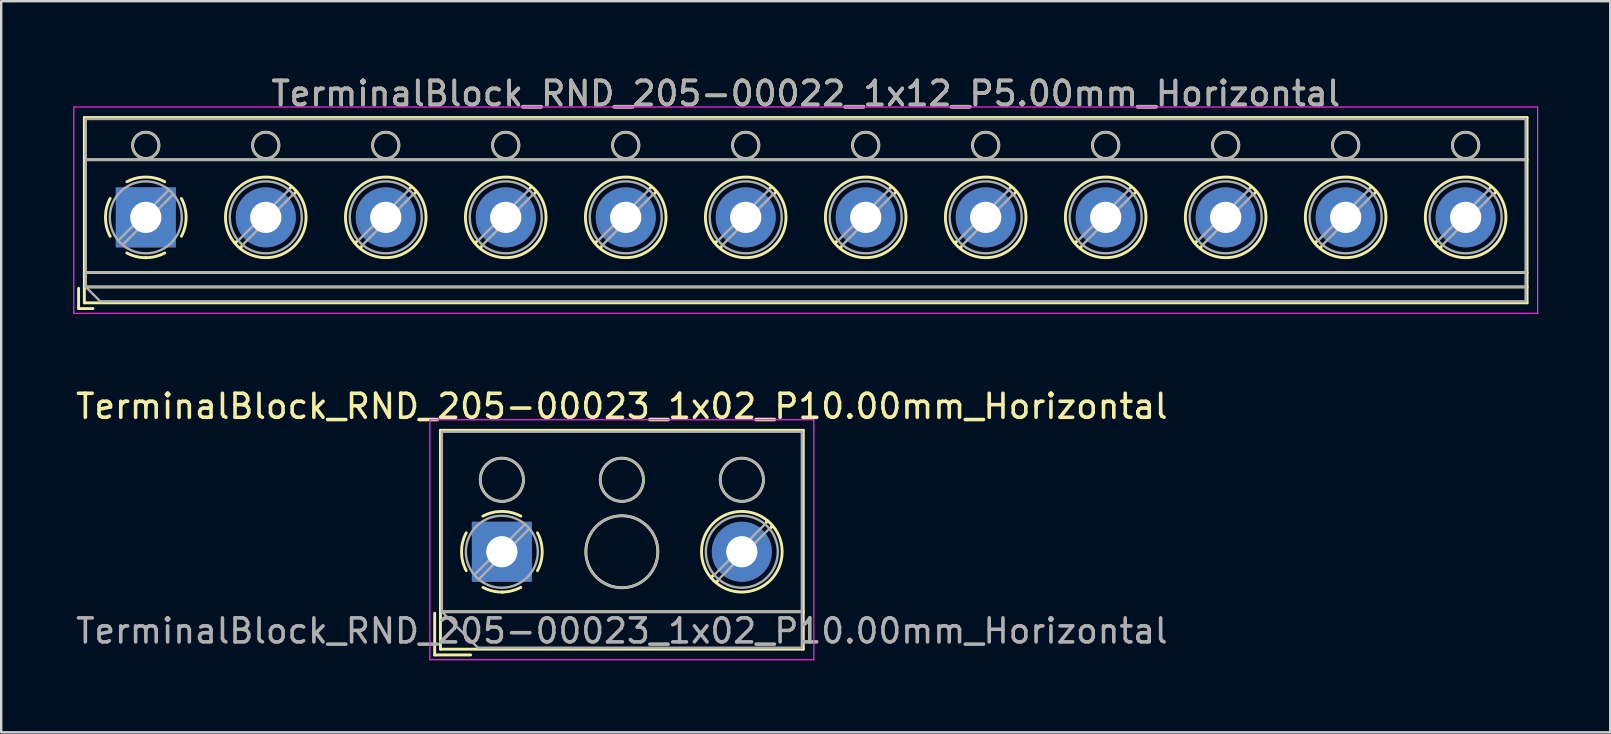
<source format=kicad_pcb>
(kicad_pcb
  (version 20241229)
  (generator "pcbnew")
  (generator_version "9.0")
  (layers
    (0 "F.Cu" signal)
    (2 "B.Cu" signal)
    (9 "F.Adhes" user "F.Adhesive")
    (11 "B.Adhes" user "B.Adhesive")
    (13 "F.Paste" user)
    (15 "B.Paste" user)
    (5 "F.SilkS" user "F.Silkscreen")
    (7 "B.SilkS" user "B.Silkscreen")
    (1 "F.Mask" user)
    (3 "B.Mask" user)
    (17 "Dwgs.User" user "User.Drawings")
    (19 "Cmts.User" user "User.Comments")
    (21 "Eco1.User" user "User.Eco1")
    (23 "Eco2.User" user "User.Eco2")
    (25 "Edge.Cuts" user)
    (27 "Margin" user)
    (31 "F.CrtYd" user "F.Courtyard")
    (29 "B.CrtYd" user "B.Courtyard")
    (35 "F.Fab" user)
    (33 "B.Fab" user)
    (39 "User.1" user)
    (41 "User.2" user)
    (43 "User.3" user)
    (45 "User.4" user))
  (footprint "TerminalBlock_RND_205-00023_1x02_P10.00mm_Horizontal"
    (layer "F.Cu")
    (at 17.863 19.942)
    (property "Reference" "TerminalBlock_RND_205-00023_1x02_P10.00mm_Horizontal" (at 5 -6.06 0) (layer "F.SilkS") (effects (font (size 1 1) (thickness 0.15))))
    (attr through_hole)
    (fp_line (start -2.8 2.56) (end -2.8 4.3) (stroke (width 0.12) (type solid)) (layer "F.SilkS"))
    (fp_line (start -2.8 4.3) (end -1.3 4.3) (stroke (width 0.12) (type solid)) (layer "F.SilkS"))
    (fp_line (start -2.56 -5.06) (end -2.56 4.06) (stroke (width 0.12) (type solid)) (layer "F.SilkS"))
    (fp_line (start -2.56 -5.06) (end 12.56 -5.06) (stroke (width 0.12) (type solid)) (layer "F.SilkS"))
    (fp_line (start -2.56 2.5) (end 12.56 2.5) (stroke (width 0.12) (type solid)) (layer "F.SilkS"))
    (fp_line (start -2.56 4.06) (end 12.56 4.06) (stroke (width 0.12) (type solid)) (layer "F.SilkS"))
    (fp_line (start 8.82 0.976) (end 8.726 1.069) (stroke (width 0.12) (type solid)) (layer "F.SilkS"))
    (fp_line (start 8.99 1.216) (end 8.931 1.274) (stroke (width 0.12) (type solid)) (layer "F.SilkS"))
    (fp_line (start 11.07 -1.275) (end 11.011 -1.216) (stroke (width 0.12) (type solid)) (layer "F.SilkS"))
    (fp_line (start 11.275 -1.069) (end 11.181 -0.976) (stroke (width 0.12) (type solid)) (layer "F.SilkS"))
    (fp_line (start 12.56 -5.06) (end 12.56 4.06) (stroke (width 0.12) (type solid)) (layer "F.SilkS"))
    (fp_arc (start -1.483953 0.789089) (mid -1.680708 0.00005) (end -1.484 -0.789) (stroke (width 0.12) (type solid)) (layer "F.SilkS"))
    (fp_arc (start -0.789089 -1.483953) (mid -0.00005 -1.680708) (end 0.789 -1.484) (stroke (width 0.12) (type solid)) (layer "F.SilkS"))
    (fp_arc (start 0.029383 1.68045) (mid -0.392304 1.634281) (end -0.789 1.484) (stroke (width 0.12) (type solid)) (layer "F.SilkS"))
    (fp_arc (start 0.788712 1.483352) (mid 0.406429 1.630097) (end 0 1.68) (stroke (width 0.12) (type solid)) (layer "F.SilkS"))
    (fp_arc (start 1.483953 -0.789089) (mid 1.680708 -0.00005) (end 1.484 0.789) (stroke (width 0.12) (type solid)) (layer "F.SilkS"))
    (fp_circle (center 0 -3) (end 0.9 -3) (stroke (width 0.12) (type solid)) (fill no) (layer "F.SilkS"))
    (fp_circle (center 5 -3) (end 5.9 -3) (stroke (width 0.12) (type solid)) (fill no) (layer "F.SilkS"))
    (fp_circle (center 5 0) (end 6.5 0) (stroke (width 0.12) (type solid)) (fill no) (layer "F.SilkS"))
    (fp_circle (center 10 -3) (end 10.9 -3) (stroke (width 0.12) (type solid)) (fill no) (layer "F.SilkS"))
    (fp_circle (center 10 0) (end 11.68 0) (stroke (width 0.12) (type solid)) (fill no) (layer "F.SilkS"))
    (fp_line (start -3 -5.5) (end -3 4.5) (stroke (width 0.05) (type solid)) (layer "F.CrtYd"))
    (fp_line (start -3 4.5) (end 13 4.5) (stroke (width 0.05) (type solid)) (layer "F.CrtYd"))
    (fp_line (start 13 -5.5) (end -3 -5.5) (stroke (width 0.05) (type solid)) (layer "F.CrtYd"))
    (fp_line (start 13 4.5) (end 13 -5.5) (stroke (width 0.05) (type solid)) (layer "F.CrtYd"))
    (fp_line (start -2.5 -5) (end 12.5 -5) (stroke (width 0.1) (type solid)) (layer "F.Fab"))
    (fp_line (start -2.5 2.5) (end -2.5 -5) (stroke (width 0.1) (type solid)) (layer "F.Fab"))
    (fp_line (start -2.5 2.5) (end 12.5 2.5) (stroke (width 0.1) (type solid)) (layer "F.Fab"))
    (fp_line (start -1 4) (end -2.5 2.5) (stroke (width 0.1) (type solid)) (layer "F.Fab"))
    (fp_line (start 0.955 -1.138) (end -1.138 0.955) (stroke (width 0.1) (type solid)) (layer "F.Fab"))
    (fp_line (start 1.138 -0.955) (end -0.955 1.138) (stroke (width 0.1) (type solid)) (layer "F.Fab"))
    (fp_line (start 10.955 -1.138) (end 8.863 0.955) (stroke (width 0.1) (type solid)) (layer "F.Fab"))
    (fp_line (start 11.138 -0.955) (end 9.046 1.138) (stroke (width 0.1) (type solid)) (layer "F.Fab"))
    (fp_line (start 12.5 -5) (end 12.5 4) (stroke (width 0.1) (type solid)) (layer "F.Fab"))
    (fp_line (start 12.5 4) (end -1 4) (stroke (width 0.1) (type solid)) (layer "F.Fab"))
    (fp_circle (center 0 -3) (end 0.9 -3) (stroke (width 0.1) (type solid)) (fill no) (layer "F.Fab"))
    (fp_circle (center 0 0) (end 1.5 0) (stroke (width 0.1) (type solid)) (fill no) (layer "F.Fab"))
    (fp_circle (center 5 -3) (end 5.9 -3) (stroke (width 0.1) (type solid)) (fill no) (layer "F.Fab"))
    (fp_circle (center 5 0) (end 6.5 0) (stroke (width 0.1) (type solid)) (fill no) (layer "F.Fab"))
    (fp_circle (center 10 -3) (end 10.9 -3) (stroke (width 0.1) (type solid)) (fill no) (layer "F.Fab"))
    (fp_circle (center 10 0) (end 11.5 0) (stroke (width 0.1) (type solid)) (fill no) (layer "F.Fab"))
    (fp_text user "${REFERENCE}" (at 5 3.3 0) (layer "F.Fab") (effects (font (size 1 1) (thickness 0.15))))
    (pad "1" thru_hole rect (at 0 0) (size 2.5 2.5) (drill 1.3) (layers "*.Cu" "*.Mask"))
    (pad "2" thru_hole circle (at 10 0) (size 2.5 2.5) (drill 1.3) (layers "*.Cu" "*.Mask")))
  (footprint "TerminalBlock_RND_205-00022_1x12_P5.00mm_Horizontal"
    (layer "F.Cu")
    (at 3.025 6.008)
    (property "Reference" "TerminalBlock_RND_205-00022_1x12_P5.00mm_Horizontal" (at 27.5 -5.16 0) (layer "F.SilkS") (effects (font (size 1 1) (thickness 0.15))))
    (attr through_hole)
    (fp_line (start -2.8 2.96) (end -2.8 3.8) (stroke (width 0.12) (type solid)) (layer "F.SilkS"))
    (fp_line (start -2.8 3.8) (end -2.2 3.8) (stroke (width 0.12) (type solid)) (layer "F.SilkS"))
    (fp_line (start -2.56 -4.16) (end -2.56 3.561) (stroke (width 0.12) (type solid)) (layer "F.SilkS"))
    (fp_line (start -2.56 -4.16) (end 57.56 -4.16) (stroke (width 0.12) (type solid)) (layer "F.SilkS"))
    (fp_line (start -2.56 -2.4) (end 57.56 -2.4) (stroke (width 0.12) (type solid)) (layer "F.SilkS"))
    (fp_line (start -2.56 2.3) (end 57.56 2.3) (stroke (width 0.12) (type solid)) (layer "F.SilkS"))
    (fp_line (start -2.56 2.9) (end 57.56 2.9) (stroke (width 0.12) (type solid)) (layer "F.SilkS"))
    (fp_line (start -2.56 3.561) (end 57.56 3.561) (stroke (width 0.12) (type solid)) (layer "F.SilkS"))
    (fp_line (start 3.82 0.976) (end 3.726 1.069) (stroke (width 0.12) (type solid)) (layer "F.SilkS"))
    (fp_line (start 3.99 1.216) (end 3.931 1.274) (stroke (width 0.12) (type solid)) (layer "F.SilkS"))
    (fp_line (start 6.07 -1.275) (end 6.011 -1.216) (stroke (width 0.12) (type solid)) (layer "F.SilkS"))
    (fp_line (start 6.275 -1.069) (end 6.181 -0.976) (stroke (width 0.12) (type solid)) (layer "F.SilkS"))
    (fp_line (start 8.82 0.976) (end 8.726 1.069) (stroke (width 0.12) (type solid)) (layer "F.SilkS"))
    (fp_line (start 8.99 1.216) (end 8.931 1.274) (stroke (width 0.12) (type solid)) (layer "F.SilkS"))
    (fp_line (start 11.07 -1.275) (end 11.011 -1.216) (stroke (width 0.12) (type solid)) (layer "F.SilkS"))
    (fp_line (start 11.275 -1.069) (end 11.181 -0.976) (stroke (width 0.12) (type solid)) (layer "F.SilkS"))
    (fp_line (start 13.82 0.976) (end 13.726 1.069) (stroke (width 0.12) (type solid)) (layer "F.SilkS"))
    (fp_line (start 13.99 1.216) (end 13.931 1.274) (stroke (width 0.12) (type solid)) (layer "F.SilkS"))
    (fp_line (start 16.07 -1.275) (end 16.011 -1.216) (stroke (width 0.12) (type solid)) (layer "F.SilkS"))
    (fp_line (start 16.275 -1.069) (end 16.181 -0.976) (stroke (width 0.12) (type solid)) (layer "F.SilkS"))
    (fp_line (start 18.82 0.976) (end 18.726 1.069) (stroke (width 0.12) (type solid)) (layer "F.SilkS"))
    (fp_line (start 18.99 1.216) (end 18.931 1.274) (stroke (width 0.12) (type solid)) (layer "F.SilkS"))
    (fp_line (start 21.07 -1.275) (end 21.011 -1.216) (stroke (width 0.12) (type solid)) (layer "F.SilkS"))
    (fp_line (start 21.275 -1.069) (end 21.181 -0.976) (stroke (width 0.12) (type solid)) (layer "F.SilkS"))
    (fp_line (start 23.82 0.976) (end 23.726 1.069) (stroke (width 0.12) (type solid)) (layer "F.SilkS"))
    (fp_line (start 23.99 1.216) (end 23.931 1.274) (stroke (width 0.12) (type solid)) (layer "F.SilkS"))
    (fp_line (start 26.07 -1.275) (end 26.011 -1.216) (stroke (width 0.12) (type solid)) (layer "F.SilkS"))
    (fp_line (start 26.275 -1.069) (end 26.181 -0.976) (stroke (width 0.12) (type solid)) (layer "F.SilkS"))
    (fp_line (start 28.82 0.976) (end 28.726 1.069) (stroke (width 0.12) (type solid)) (layer "F.SilkS"))
    (fp_line (start 28.99 1.216) (end 28.931 1.274) (stroke (width 0.12) (type solid)) (layer "F.SilkS"))
    (fp_line (start 31.07 -1.275) (end 31.011 -1.216) (stroke (width 0.12) (type solid)) (layer "F.SilkS"))
    (fp_line (start 31.275 -1.069) (end 31.181 -0.976) (stroke (width 0.12) (type solid)) (layer "F.SilkS"))
    (fp_line (start 33.82 0.976) (end 33.726 1.069) (stroke (width 0.12) (type solid)) (layer "F.SilkS"))
    (fp_line (start 33.99 1.216) (end 33.931 1.274) (stroke (width 0.12) (type solid)) (layer "F.SilkS"))
    (fp_line (start 36.07 -1.275) (end 36.011 -1.216) (stroke (width 0.12) (type solid)) (layer "F.SilkS"))
    (fp_line (start 36.275 -1.069) (end 36.181 -0.976) (stroke (width 0.12) (type solid)) (layer "F.SilkS"))
    (fp_line (start 38.82 0.976) (end 38.726 1.069) (stroke (width 0.12) (type solid)) (layer "F.SilkS"))
    (fp_line (start 38.99 1.216) (end 38.931 1.274) (stroke (width 0.12) (type solid)) (layer "F.SilkS"))
    (fp_line (start 41.07 -1.275) (end 41.011 -1.216) (stroke (width 0.12) (type solid)) (layer "F.SilkS"))
    (fp_line (start 41.275 -1.069) (end 41.181 -0.976) (stroke (width 0.12) (type solid)) (layer "F.SilkS"))
    (fp_line (start 43.82 0.976) (end 43.726 1.069) (stroke (width 0.12) (type solid)) (layer "F.SilkS"))
    (fp_line (start 43.99 1.216) (end 43.931 1.274) (stroke (width 0.12) (type solid)) (layer "F.SilkS"))
    (fp_line (start 46.07 -1.275) (end 46.011 -1.216) (stroke (width 0.12) (type solid)) (layer "F.SilkS"))
    (fp_line (start 46.275 -1.069) (end 46.181 -0.976) (stroke (width 0.12) (type solid)) (layer "F.SilkS"))
    (fp_line (start 48.82 0.976) (end 48.726 1.069) (stroke (width 0.12) (type solid)) (layer "F.SilkS"))
    (fp_line (start 48.99 1.216) (end 48.931 1.274) (stroke (width 0.12) (type solid)) (layer "F.SilkS"))
    (fp_line (start 51.07 -1.275) (end 51.011 -1.216) (stroke (width 0.12) (type solid)) (layer "F.SilkS"))
    (fp_line (start 51.275 -1.069) (end 51.181 -0.976) (stroke (width 0.12) (type solid)) (layer "F.SilkS"))
    (fp_line (start 53.82 0.976) (end 53.726 1.069) (stroke (width 0.12) (type solid)) (layer "F.SilkS"))
    (fp_line (start 53.99 1.216) (end 53.931 1.274) (stroke (width 0.12) (type solid)) (layer "F.SilkS"))
    (fp_line (start 56.07 -1.275) (end 56.011 -1.216) (stroke (width 0.12) (type solid)) (layer "F.SilkS"))
    (fp_line (start 56.275 -1.069) (end 56.181 -0.976) (stroke (width 0.12) (type solid)) (layer "F.SilkS"))
    (fp_line (start 57.56 -4.16) (end 57.56 3.561) (stroke (width 0.12) (type solid)) (layer "F.SilkS"))
    (fp_arc (start -1.483953 0.789089) (mid -1.680708 0.00005) (end -1.484 -0.789) (stroke (width 0.12) (type solid)) (layer "F.SilkS"))
    (fp_arc (start -0.789089 -1.483953) (mid -0.00005 -1.680708) (end 0.789 -1.484) (stroke (width 0.12) (type solid)) (layer "F.SilkS"))
    (fp_arc (start 0.029383 1.68045) (mid -0.392304 1.634281) (end -0.789 1.484) (stroke (width 0.12) (type solid)) (layer "F.SilkS"))
    (fp_arc (start 0.788712 1.483352) (mid 0.406429 1.630097) (end 0 1.68) (stroke (width 0.12) (type solid)) (layer "F.SilkS"))
    (fp_arc (start 1.483953 -0.789089) (mid 1.680708 -0.00005) (end 1.484 0.789) (stroke (width 0.12) (type solid)) (layer "F.SilkS"))
    (fp_circle (center 0 -3) (end 0.55 -3) (stroke (width 0.12) (type solid)) (fill no) (layer "F.SilkS"))
    (fp_circle (center 5 -3) (end 5.55 -3) (stroke (width 0.12) (type solid)) (fill no) (layer "F.SilkS"))
    (fp_circle (center 5 0) (end 6.68 0) (stroke (width 0.12) (type solid)) (fill no) (layer "F.SilkS"))
    (fp_circle (center 10 -3) (end 10.55 -3) (stroke (width 0.12) (type solid)) (fill no) (layer "F.SilkS"))
    (fp_circle (center 10 0) (end 11.68 0) (stroke (width 0.12) (type solid)) (fill no) (layer "F.SilkS"))
    (fp_circle (center 15 -3) (end 15.55 -3) (stroke (width 0.12) (type solid)) (fill no) (layer "F.SilkS"))
    (fp_circle (center 15 0) (end 16.68 0) (stroke (width 0.12) (type solid)) (fill no) (layer "F.SilkS"))
    (fp_circle (center 20 -3) (end 20.55 -3) (stroke (width 0.12) (type solid)) (fill no) (layer "F.SilkS"))
    (fp_circle (center 20 0) (end 21.68 0) (stroke (width 0.12) (type solid)) (fill no) (layer "F.SilkS"))
    (fp_circle (center 25 -3) (end 25.55 -3) (stroke (width 0.12) (type solid)) (fill no) (layer "F.SilkS"))
    (fp_circle (center 25 0) (end 26.68 0) (stroke (width 0.12) (type solid)) (fill no) (layer "F.SilkS"))
    (fp_circle (center 30 -3) (end 30.55 -3) (stroke (width 0.12) (type solid)) (fill no) (layer "F.SilkS"))
    (fp_circle (center 30 0) (end 31.68 0) (stroke (width 0.12) (type solid)) (fill no) (layer "F.SilkS"))
    (fp_circle (center 35 -3) (end 35.55 -3) (stroke (width 0.12) (type solid)) (fill no) (layer "F.SilkS"))
    (fp_circle (center 35 0) (end 36.68 0) (stroke (width 0.12) (type solid)) (fill no) (layer "F.SilkS"))
    (fp_circle (center 40 -3) (end 40.55 -3) (stroke (width 0.12) (type solid)) (fill no) (layer "F.SilkS"))
    (fp_circle (center 40 0) (end 41.68 0) (stroke (width 0.12) (type solid)) (fill no) (layer "F.SilkS"))
    (fp_circle (center 45 -3) (end 45.55 -3) (stroke (width 0.12) (type solid)) (fill no) (layer "F.SilkS"))
    (fp_circle (center 45 0) (end 46.68 0) (stroke (width 0.12) (type solid)) (fill no) (layer "F.SilkS"))
    (fp_circle (center 50 -3) (end 50.55 -3) (stroke (width 0.12) (type solid)) (fill no) (layer "F.SilkS"))
    (fp_circle (center 50 0) (end 51.68 0) (stroke (width 0.12) (type solid)) (fill no) (layer "F.SilkS"))
    (fp_circle (center 55 -3) (end 55.55 -3) (stroke (width 0.12) (type solid)) (fill no) (layer "F.SilkS"))
    (fp_circle (center 55 0) (end 56.68 0) (stroke (width 0.12) (type solid)) (fill no) (layer "F.SilkS"))
    (fp_line (start -3 -4.6) (end -3 4) (stroke (width 0.05) (type solid)) (layer "F.CrtYd"))
    (fp_line (start -3 4) (end 58 4) (stroke (width 0.05) (type solid)) (layer "F.CrtYd"))
    (fp_line (start 58 -4.6) (end -3 -4.6) (stroke (width 0.05) (type solid)) (layer "F.CrtYd"))
    (fp_line (start 58 4) (end 58 -4.6) (stroke (width 0.05) (type solid)) (layer "F.CrtYd"))
    (fp_line (start -2.5 -4.1) (end 57.5 -4.1) (stroke (width 0.1) (type solid)) (layer "F.Fab"))
    (fp_line (start -2.5 -2.4) (end 57.5 -2.4) (stroke (width 0.1) (type solid)) (layer "F.Fab"))
    (fp_line (start -2.5 2.3) (end 57.5 2.3) (stroke (width 0.1) (type solid)) (layer "F.Fab"))
    (fp_line (start -2.5 2.9) (end -2.5 -4.1) (stroke (width 0.1) (type solid)) (layer "F.Fab"))
    (fp_line (start -2.5 2.9) (end 57.5 2.9) (stroke (width 0.1) (type solid)) (layer "F.Fab"))
    (fp_line (start -1.9 3.5) (end -2.5 2.9) (stroke (width 0.1) (type solid)) (layer "F.Fab"))
    (fp_line (start 0.955 -1.138) (end -1.138 0.955) (stroke (width 0.1) (type solid)) (layer "F.Fab"))
    (fp_line (start 1.138 -0.955) (end -0.955 1.138) (stroke (width 0.1) (type solid)) (layer "F.Fab"))
    (fp_line (start 5.955 -1.138) (end 3.863 0.955) (stroke (width 0.1) (type solid)) (layer "F.Fab"))
    (fp_line (start 6.138 -0.955) (end 4.046 1.138) (stroke (width 0.1) (type solid)) (layer "F.Fab"))
    (fp_line (start 10.955 -1.138) (end 8.863 0.955) (stroke (width 0.1) (type solid)) (layer "F.Fab"))
    (fp_line (start 11.138 -0.955) (end 9.046 1.138) (stroke (width 0.1) (type solid)) (layer "F.Fab"))
    (fp_line (start 15.955 -1.138) (end 13.863 0.955) (stroke (width 0.1) (type solid)) (layer "F.Fab"))
    (fp_line (start 16.138 -0.955) (end 14.046 1.138) (stroke (width 0.1) (type solid)) (layer "F.Fab"))
    (fp_line (start 20.955 -1.138) (end 18.863 0.955) (stroke (width 0.1) (type solid)) (layer "F.Fab"))
    (fp_line (start 21.138 -0.955) (end 19.046 1.138) (stroke (width 0.1) (type solid)) (layer "F.Fab"))
    (fp_line (start 25.955 -1.138) (end 23.863 0.955) (stroke (width 0.1) (type solid)) (layer "F.Fab"))
    (fp_line (start 26.138 -0.955) (end 24.046 1.138) (stroke (width 0.1) (type solid)) (layer "F.Fab"))
    (fp_line (start 30.955 -1.138) (end 28.863 0.955) (stroke (width 0.1) (type solid)) (layer "F.Fab"))
    (fp_line (start 31.138 -0.955) (end 29.046 1.138) (stroke (width 0.1) (type solid)) (layer "F.Fab"))
    (fp_line (start 35.955 -1.138) (end 33.863 0.955) (stroke (width 0.1) (type solid)) (layer "F.Fab"))
    (fp_line (start 36.138 -0.955) (end 34.046 1.138) (stroke (width 0.1) (type solid)) (layer "F.Fab"))
    (fp_line (start 40.955 -1.138) (end 38.863 0.955) (stroke (width 0.1) (type solid)) (layer "F.Fab"))
    (fp_line (start 41.138 -0.955) (end 39.046 1.138) (stroke (width 0.1) (type solid)) (layer "F.Fab"))
    (fp_line (start 45.955 -1.138) (end 43.863 0.955) (stroke (width 0.1) (type solid)) (layer "F.Fab"))
    (fp_line (start 46.138 -0.955) (end 44.046 1.138) (stroke (width 0.1) (type solid)) (layer "F.Fab"))
    (fp_line (start 50.955 -1.138) (end 48.863 0.955) (stroke (width 0.1) (type solid)) (layer "F.Fab"))
    (fp_line (start 51.138 -0.955) (end 49.046 1.138) (stroke (width 0.1) (type solid)) (layer "F.Fab"))
    (fp_line (start 55.955 -1.138) (end 53.863 0.955) (stroke (width 0.1) (type solid)) (layer "F.Fab"))
    (fp_line (start 56.138 -0.955) (end 54.046 1.138) (stroke (width 0.1) (type solid)) (layer "F.Fab"))
    (fp_line (start 57.5 -4.1) (end 57.5 3.5) (stroke (width 0.1) (type solid)) (layer "F.Fab"))
    (fp_line (start 57.5 3.5) (end -1.9 3.5) (stroke (width 0.1) (type solid)) (layer "F.Fab"))
    (fp_circle (center 0 -3) (end 0.55 -3) (stroke (width 0.1) (type solid)) (fill no) (layer "F.Fab"))
    (fp_circle (center 0 0) (end 1.5 0) (stroke (width 0.1) (type solid)) (fill no) (layer "F.Fab"))
    (fp_circle (center 5 -3) (end 5.55 -3) (stroke (width 0.1) (type solid)) (fill no) (layer "F.Fab"))
    (fp_circle (center 5 0) (end 6.5 0) (stroke (width 0.1) (type solid)) (fill no) (layer "F.Fab"))
    (fp_circle (center 10 -3) (end 10.55 -3) (stroke (width 0.1) (type solid)) (fill no) (layer "F.Fab"))
    (fp_circle (center 10 0) (end 11.5 0) (stroke (width 0.1) (type solid)) (fill no) (layer "F.Fab"))
    (fp_circle (center 15 -3) (end 15.55 -3) (stroke (width 0.1) (type solid)) (fill no) (layer "F.Fab"))
    (fp_circle (center 15 0) (end 16.5 0) (stroke (width 0.1) (type solid)) (fill no) (layer "F.Fab"))
    (fp_circle (center 20 -3) (end 20.55 -3) (stroke (width 0.1) (type solid)) (fill no) (layer "F.Fab"))
    (fp_circle (center 20 0) (end 21.5 0) (stroke (width 0.1) (type solid)) (fill no) (layer "F.Fab"))
    (fp_circle (center 25 -3) (end 25.55 -3) (stroke (width 0.1) (type solid)) (fill no) (layer "F.Fab"))
    (fp_circle (center 25 0) (end 26.5 0) (stroke (width 0.1) (type solid)) (fill no) (layer "F.Fab"))
    (fp_circle (center 30 -3) (end 30.55 -3) (stroke (width 0.1) (type solid)) (fill no) (layer "F.Fab"))
    (fp_circle (center 30 0) (end 31.5 0) (stroke (width 0.1) (type solid)) (fill no) (layer "F.Fab"))
    (fp_circle (center 35 -3) (end 35.55 -3) (stroke (width 0.1) (type solid)) (fill no) (layer "F.Fab"))
    (fp_circle (center 35 0) (end 36.5 0) (stroke (width 0.1) (type solid)) (fill no) (layer "F.Fab"))
    (fp_circle (center 40 -3) (end 40.55 -3) (stroke (width 0.1) (type solid)) (fill no) (layer "F.Fab"))
    (fp_circle (center 40 0) (end 41.5 0) (stroke (width 0.1) (type solid)) (fill no) (layer "F.Fab"))
    (fp_circle (center 45 -3) (end 45.55 -3) (stroke (width 0.1) (type solid)) (fill no) (layer "F.Fab"))
    (fp_circle (center 45 0) (end 46.5 0) (stroke (width 0.1) (type solid)) (fill no) (layer "F.Fab"))
    (fp_circle (center 50 -3) (end 50.55 -3) (stroke (width 0.1) (type solid)) (fill no) (layer "F.Fab"))
    (fp_circle (center 50 0) (end 51.5 0) (stroke (width 0.1) (type solid)) (fill no) (layer "F.Fab"))
    (fp_circle (center 55 -3) (end 55.55 -3) (stroke (width 0.1) (type solid)) (fill no) (layer "F.Fab"))
    (fp_circle (center 55 0) (end 56.5 0) (stroke (width 0.1) (type solid)) (fill no) (layer "F.Fab"))
    (fp_text user "${REFERENCE}" (at 27.5 -5.16 0) (layer "F.Fab") (effects (font (size 1 1) (thickness 0.15))))
    (pad "1" thru_hole rect (at 0 0) (size 2.5 2.5) (drill 1.3) (layers "*.Cu" "*.Mask"))
    (pad "2" thru_hole circle (at 5 0) (size 2.5 2.5) (drill 1.3) (layers "*.Cu" "*.Mask"))
    (pad "3" thru_hole circle (at 10 0) (size 2.5 2.5) (drill 1.3) (layers "*.Cu" "*.Mask"))
    (pad "4" thru_hole circle (at 15 0) (size 2.5 2.5) (drill 1.3) (layers "*.Cu" "*.Mask"))
    (pad "5" thru_hole circle (at 20 0) (size 2.5 2.5) (drill 1.3) (layers "*.Cu" "*.Mask"))
    (pad "6" thru_hole circle (at 25 0) (size 2.5 2.5) (drill 1.3) (layers "*.Cu" "*.Mask"))
    (pad "7" thru_hole circle (at 30 0) (size 2.5 2.5) (drill 1.3) (layers "*.Cu" "*.Mask"))
    (pad "8" thru_hole circle (at 35 0) (size 2.5 2.5) (drill 1.3) (layers "*.Cu" "*.Mask"))
    (pad "9" thru_hole circle (at 40 0) (size 2.5 2.5) (drill 1.3) (layers "*.Cu" "*.Mask"))
    (pad "10" thru_hole circle (at 45 0) (size 2.5 2.5) (drill 1.3) (layers "*.Cu" "*.Mask"))
    (pad "11" thru_hole circle (at 50 0) (size 2.5 2.5) (drill 1.3) (layers "*.Cu" "*.Mask"))
    (pad "12" thru_hole circle (at 55 0) (size 2.5 2.5) (drill 1.3) (layers "*.Cu" "*.Mask")))
  (gr_rect
    (start -3 -3)
    (end 64.05 27.466)
    (stroke (width 0.1) (type default))
    (fill no)
    (layer "Edge.Cuts")))
</source>
